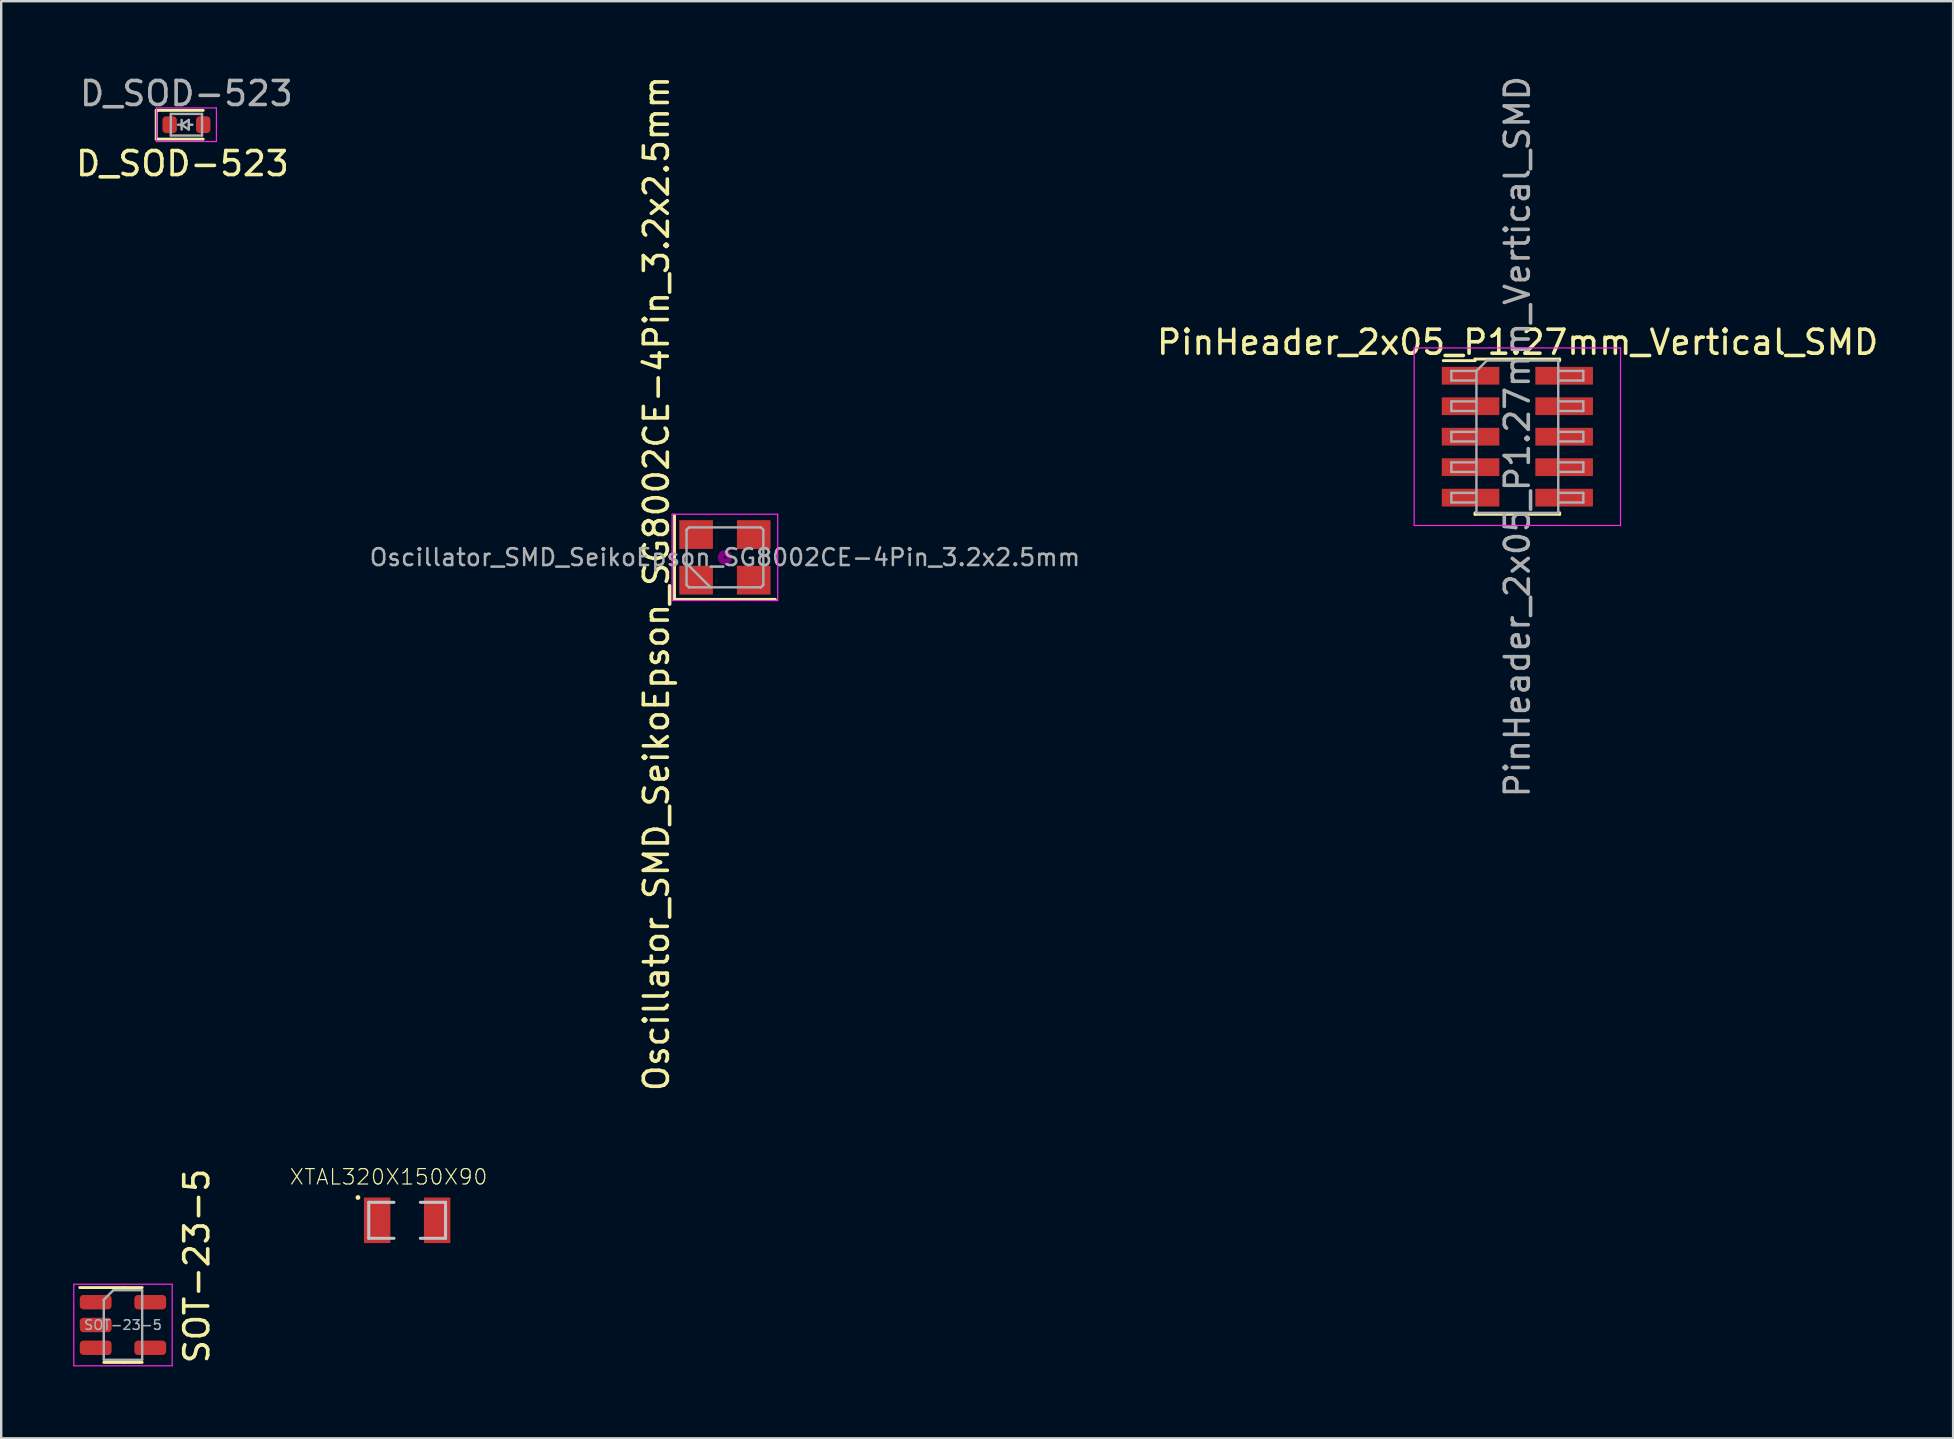
<source format=kicad_pcb>
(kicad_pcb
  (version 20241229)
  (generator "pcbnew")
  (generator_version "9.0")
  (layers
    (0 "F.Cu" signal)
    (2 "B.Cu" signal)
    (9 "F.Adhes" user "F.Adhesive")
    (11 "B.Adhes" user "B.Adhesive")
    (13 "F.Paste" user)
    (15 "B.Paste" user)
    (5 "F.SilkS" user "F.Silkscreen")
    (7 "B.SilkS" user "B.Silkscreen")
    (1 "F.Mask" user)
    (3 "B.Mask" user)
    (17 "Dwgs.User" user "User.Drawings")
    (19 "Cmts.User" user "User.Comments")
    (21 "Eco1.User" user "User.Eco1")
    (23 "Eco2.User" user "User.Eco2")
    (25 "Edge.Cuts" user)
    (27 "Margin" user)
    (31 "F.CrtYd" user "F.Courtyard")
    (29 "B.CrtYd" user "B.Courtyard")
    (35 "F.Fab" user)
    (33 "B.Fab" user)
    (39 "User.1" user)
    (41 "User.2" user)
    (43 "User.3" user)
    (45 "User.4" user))
  (footprint "PinHeader_2x05_P1.27mm_Vertical_SMD"
    (layer "F.Cu")
    (at 60.185 15.149)
    (property "Reference" "PinHeader_2x05_P1.27mm_Vertical_SMD" (at 0.012 -3.935 0) (layer "F.SilkS") (effects (font (size 1 1) (thickness 0.15))))
    (attr smd)
    (fp_line (start -3.09 -3.17) (end -1.765 -3.17) (stroke (width 0.12) (type solid)) (layer "F.SilkS"))
    (fp_line (start -1.765 -3.235) (end -1.765 -3.17) (stroke (width 0.12) (type solid)) (layer "F.SilkS"))
    (fp_line (start -1.765 -3.235) (end 1.765 -3.235) (stroke (width 0.12) (type solid)) (layer "F.SilkS"))
    (fp_line (start -1.765 3.17) (end -1.765 3.235) (stroke (width 0.12) (type solid)) (layer "F.SilkS"))
    (fp_line (start -1.765 3.235) (end 1.765 3.235) (stroke (width 0.12) (type solid)) (layer "F.SilkS"))
    (fp_line (start 1.765 -3.235) (end 1.765 -3.17) (stroke (width 0.12) (type solid)) (layer "F.SilkS"))
    (fp_line (start 1.765 3.17) (end 1.765 3.235) (stroke (width 0.12) (type solid)) (layer "F.SilkS"))
    (fp_line (start -4.3 -3.7) (end -4.3 3.7) (stroke (width 0.05) (type solid)) (layer "F.CrtYd"))
    (fp_line (start -4.3 3.7) (end 4.3 3.7) (stroke (width 0.05) (type solid)) (layer "F.CrtYd"))
    (fp_line (start 4.3 -3.7) (end -4.3 -3.7) (stroke (width 0.05) (type solid)) (layer "F.CrtYd"))
    (fp_line (start 4.3 3.7) (end 4.3 -3.7) (stroke (width 0.05) (type solid)) (layer "F.CrtYd"))
    (fp_line (start -2.75 -2.74) (end -2.75 -2.34) (stroke (width 0.1) (type solid)) (layer "F.Fab"))
    (fp_line (start -2.75 -2.34) (end -1.705 -2.34) (stroke (width 0.1) (type solid)) (layer "F.Fab"))
    (fp_line (start -2.75 -1.47) (end -2.75 -1.07) (stroke (width 0.1) (type solid)) (layer "F.Fab"))
    (fp_line (start -2.75 -1.07) (end -1.705 -1.07) (stroke (width 0.1) (type solid)) (layer "F.Fab"))
    (fp_line (start -2.75 -0.2) (end -2.75 0.2) (stroke (width 0.1) (type solid)) (layer "F.Fab"))
    (fp_line (start -2.75 0.2) (end -1.705 0.2) (stroke (width 0.1) (type solid)) (layer "F.Fab"))
    (fp_line (start -2.75 1.07) (end -2.75 1.47) (stroke (width 0.1) (type solid)) (layer "F.Fab"))
    (fp_line (start -2.75 1.47) (end -1.705 1.47) (stroke (width 0.1) (type solid)) (layer "F.Fab"))
    (fp_line (start -2.75 2.34) (end -2.75 2.74) (stroke (width 0.1) (type solid)) (layer "F.Fab"))
    (fp_line (start -2.75 2.74) (end -1.705 2.74) (stroke (width 0.1) (type solid)) (layer "F.Fab"))
    (fp_line (start -1.705 -2.74) (end -2.75 -2.74) (stroke (width 0.1) (type solid)) (layer "F.Fab"))
    (fp_line (start -1.705 -2.74) (end -1.27 -3.175) (stroke (width 0.1) (type solid)) (layer "F.Fab"))
    (fp_line (start -1.705 -1.47) (end -2.75 -1.47) (stroke (width 0.1) (type solid)) (layer "F.Fab"))
    (fp_line (start -1.705 -0.2) (end -2.75 -0.2) (stroke (width 0.1) (type solid)) (layer "F.Fab"))
    (fp_line (start -1.705 1.07) (end -2.75 1.07) (stroke (width 0.1) (type solid)) (layer "F.Fab"))
    (fp_line (start -1.705 2.34) (end -2.75 2.34) (stroke (width 0.1) (type solid)) (layer "F.Fab"))
    (fp_line (start -1.705 3.175) (end -1.705 -2.74) (stroke (width 0.1) (type solid)) (layer "F.Fab"))
    (fp_line (start -1.27 -3.175) (end 1.705 -3.175) (stroke (width 0.1) (type solid)) (layer "F.Fab"))
    (fp_line (start 1.705 -3.175) (end 1.705 3.175) (stroke (width 0.1) (type solid)) (layer "F.Fab"))
    (fp_line (start 1.705 -2.74) (end 2.75 -2.74) (stroke (width 0.1) (type solid)) (layer "F.Fab"))
    (fp_line (start 1.705 -1.47) (end 2.75 -1.47) (stroke (width 0.1) (type solid)) (layer "F.Fab"))
    (fp_line (start 1.705 -0.2) (end 2.75 -0.2) (stroke (width 0.1) (type solid)) (layer "F.Fab"))
    (fp_line (start 1.705 1.07) (end 2.75 1.07) (stroke (width 0.1) (type solid)) (layer "F.Fab"))
    (fp_line (start 1.705 2.34) (end 2.75 2.34) (stroke (width 0.1) (type solid)) (layer "F.Fab"))
    (fp_line (start 1.705 3.175) (end -1.705 3.175) (stroke (width 0.1) (type solid)) (layer "F.Fab"))
    (fp_line (start 2.75 -2.74) (end 2.75 -2.34) (stroke (width 0.1) (type solid)) (layer "F.Fab"))
    (fp_line (start 2.75 -2.34) (end 1.705 -2.34) (stroke (width 0.1) (type solid)) (layer "F.Fab"))
    (fp_line (start 2.75 -1.47) (end 2.75 -1.07) (stroke (width 0.1) (type solid)) (layer "F.Fab"))
    (fp_line (start 2.75 -1.07) (end 1.705 -1.07) (stroke (width 0.1) (type solid)) (layer "F.Fab"))
    (fp_line (start 2.75 -0.2) (end 2.75 0.2) (stroke (width 0.1) (type solid)) (layer "F.Fab"))
    (fp_line (start 2.75 0.2) (end 1.705 0.2) (stroke (width 0.1) (type solid)) (layer "F.Fab"))
    (fp_line (start 2.75 1.07) (end 2.75 1.47) (stroke (width 0.1) (type solid)) (layer "F.Fab"))
    (fp_line (start 2.75 1.47) (end 1.705 1.47) (stroke (width 0.1) (type solid)) (layer "F.Fab"))
    (fp_line (start 2.75 2.34) (end 2.75 2.74) (stroke (width 0.1) (type solid)) (layer "F.Fab"))
    (fp_line (start 2.75 2.74) (end 1.705 2.74) (stroke (width 0.1) (type solid)) (layer "F.Fab"))
    (fp_text user "${REFERENCE}" (at 0 0 90) (layer "F.Fab") (effects (font (size 1 1) (thickness 0.15))))
    (pad "1" smd rect (at -1.95 -2.54) (size 2.4 0.74) (layers "F.Cu" "F.Mask" "F.Paste"))
    (pad "2" smd rect (at 1.95 -2.54) (size 2.4 0.74) (layers "F.Cu" "F.Mask" "F.Paste"))
    (pad "3" smd rect (at -1.95 -1.27) (size 2.4 0.74) (layers "F.Cu" "F.Mask" "F.Paste"))
    (pad "4" smd rect (at 1.95 -1.27) (size 2.4 0.74) (layers "F.Cu" "F.Mask" "F.Paste"))
    (pad "5" smd rect (at -1.95 0) (size 2.4 0.74) (layers "F.Cu" "F.Mask" "F.Paste"))
    (pad "6" smd rect (at 1.95 0) (size 2.4 0.74) (layers "F.Cu" "F.Mask" "F.Paste"))
    (pad "7" smd rect (at -1.95 1.27) (size 2.4 0.74) (layers "F.Cu" "F.Mask" "F.Paste"))
    (pad "8" smd rect (at 1.95 1.27) (size 2.4 0.74) (layers "F.Cu" "F.Mask" "F.Paste"))
    (pad "9" smd rect (at -1.95 2.54) (size 2.4 0.74) (layers "F.Cu" "F.Mask" "F.Paste"))
    (pad "10" smd rect (at 1.95 2.54) (size 2.4 0.74) (layers "F.Cu" "F.Mask" "F.Paste")))
  (footprint "D_SOD-523"
    (layer "F.Cu")
    (at 4.719 2.148)
    (property "Reference" "D_SOD-523" (at -0.166 1.62 0) (layer "F.SilkS") (effects (font (size 1 1) (thickness 0.15))))
    (attr smd)
    (fp_line (start -1.26 -0.6) (end -1.26 0.6) (stroke (width 0.12) (type solid)) (layer "F.SilkS"))
    (fp_line (start 0.7 -0.6) (end -1.26 -0.6) (stroke (width 0.12) (type solid)) (layer "F.SilkS"))
    (fp_line (start 0.7 0.6) (end -1.26 0.6) (stroke (width 0.12) (type solid)) (layer "F.SilkS"))
    (fp_line (start -1.25 -0.7) (end 1.25 -0.7) (stroke (width 0.05) (type solid)) (layer "F.CrtYd"))
    (fp_line (start -1.25 0.7) (end -1.25 -0.7) (stroke (width 0.05) (type solid)) (layer "F.CrtYd"))
    (fp_line (start 1.25 -0.7) (end 1.25 0.7) (stroke (width 0.05) (type solid)) (layer "F.CrtYd"))
    (fp_line (start 1.25 0.7) (end -1.25 0.7) (stroke (width 0.05) (type solid)) (layer "F.CrtYd"))
    (fp_line (start -0.65 -0.45) (end 0.65 -0.45) (stroke (width 0.1) (type solid)) (layer "F.Fab"))
    (fp_line (start -0.65 0.45) (end -0.65 -0.45) (stroke (width 0.1) (type solid)) (layer "F.Fab"))
    (fp_line (start -0.2 0) (end -0.35 0) (stroke (width 0.1) (type solid)) (layer "F.Fab"))
    (fp_line (start -0.2 0) (end 0.1 0.2) (stroke (width 0.1) (type solid)) (layer "F.Fab"))
    (fp_line (start -0.2 0.2) (end -0.2 -0.2) (stroke (width 0.1) (type solid)) (layer "F.Fab"))
    (fp_line (start 0.1 -0.2) (end -0.2 0) (stroke (width 0.1) (type solid)) (layer "F.Fab"))
    (fp_line (start 0.1 0) (end 0.25 0) (stroke (width 0.1) (type solid)) (layer "F.Fab"))
    (fp_line (start 0.1 0.2) (end 0.1 -0.2) (stroke (width 0.1) (type solid)) (layer "F.Fab"))
    (fp_line (start 0.65 -0.45) (end 0.65 0.45) (stroke (width 0.1) (type solid)) (layer "F.Fab"))
    (fp_line (start 0.65 0.45) (end -0.65 0.45) (stroke (width 0.1) (type solid)) (layer "F.Fab"))
    (fp_text user "${REFERENCE}" (at 0 -1.3 0) (layer "F.Fab") (effects (font (size 1 1) (thickness 0.15))))
    (pad "1" smd roundrect (at -0.7 0 180) (size 0.6 0.7) (layers "F.Cu" "F.Mask" "F.Paste") (roundrect_rratio 0.25))
    (pad "2" smd roundrect (at 0.7 0 180) (size 0.6 0.7) (layers "F.Cu" "F.Mask" "F.Paste") (roundrect_rratio 0.25)))
  (footprint "SOT-23-5"
    (layer "F.Cu")
    (at 2.075 52.168)
    (property "Reference" "SOT-23-5" (at 3.076 -2.459 90) (layer "F.SilkS") (effects (font (size 1 1) (thickness 0.15))))
    (attr smd)
    (fp_line (start 0 -1.56) (end -1.8 -1.56) (stroke (width 0.12) (type solid)) (layer "F.SilkS"))
    (fp_line (start 0 -1.56) (end 0.8 -1.56) (stroke (width 0.12) (type solid)) (layer "F.SilkS"))
    (fp_line (start 0 1.56) (end -0.8 1.56) (stroke (width 0.12) (type solid)) (layer "F.SilkS"))
    (fp_line (start 0 1.56) (end 0.8 1.56) (stroke (width 0.12) (type solid)) (layer "F.SilkS"))
    (fp_line (start -2.05 -1.7) (end -2.05 1.7) (stroke (width 0.05) (type solid)) (layer "F.CrtYd"))
    (fp_line (start -2.05 1.7) (end 2.05 1.7) (stroke (width 0.05) (type solid)) (layer "F.CrtYd"))
    (fp_line (start 2.05 -1.7) (end -2.05 -1.7) (stroke (width 0.05) (type solid)) (layer "F.CrtYd"))
    (fp_line (start 2.05 1.7) (end 2.05 -1.7) (stroke (width 0.05) (type solid)) (layer "F.CrtYd"))
    (fp_line (start -0.8 -1.05) (end -0.4 -1.45) (stroke (width 0.1) (type solid)) (layer "F.Fab"))
    (fp_line (start -0.8 1.45) (end -0.8 -1.05) (stroke (width 0.1) (type solid)) (layer "F.Fab"))
    (fp_line (start -0.4 -1.45) (end 0.8 -1.45) (stroke (width 0.1) (type solid)) (layer "F.Fab"))
    (fp_line (start 0.8 -1.45) (end 0.8 1.45) (stroke (width 0.1) (type solid)) (layer "F.Fab"))
    (fp_line (start 0.8 1.45) (end -0.8 1.45) (stroke (width 0.1) (type solid)) (layer "F.Fab"))
    (fp_text user "${REFERENCE}" (at 0 0 180) (layer "F.Fab") (effects (font (size 0.4 0.4) (thickness 0.06))))
    (pad "1" smd roundrect (at -1.137 -0.95) (size 1.325 0.6) (layers "F.Cu" "F.Mask" "F.Paste") (roundrect_rratio 0.25))
    (pad "2" smd roundrect (at -1.137 0) (size 1.325 0.6) (layers "F.Cu" "F.Mask" "F.Paste") (roundrect_rratio 0.25))
    (pad "3" smd roundrect (at -1.137 0.95) (size 1.325 0.6) (layers "F.Cu" "F.Mask" "F.Paste") (roundrect_rratio 0.25))
    (pad "4" smd roundrect (at 1.137 0.95) (size 1.325 0.6) (layers "F.Cu" "F.Mask" "F.Paste") (roundrect_rratio 0.25))
    (pad "5" smd roundrect (at 1.137 -0.95) (size 1.325 0.6) (layers "F.Cu" "F.Mask" "F.Paste") (roundrect_rratio 0.25)))
  (footprint "Oscillator_SMD_SeikoEpson_SG8002CE-4Pin_3.2x2.5mm"
    (layer "F.Cu")
    (at 27.161 20.178)
    (property "Reference" "Oscillator_SMD_SeikoEpson_SG8002CE-4Pin_3.2x2.5mm" (at -2.855 1.09 270) (layer "F.SilkS") (effects (font (size 1 1) (thickness 0.15))))
    (attr smd)
    (fp_line (start -2.1 -1.75) (end -2.1 1.75) (stroke (width 0.12) (type solid)) (layer "F.SilkS"))
    (fp_line (start -2.1 1.75) (end 2.1 1.75) (stroke (width 0.12) (type solid)) (layer "F.SilkS"))
    (fp_circle (center 0 0) (end 0.058 0) (stroke (width 0.117) (type solid)) (fill no) (layer "F.Adhes"))
    (fp_circle (center 0 0) (end 0.133 0) (stroke (width 0.083) (type solid)) (fill no) (layer "F.Adhes"))
    (fp_circle (center 0 0) (end 0.208 0) (stroke (width 0.083) (type solid)) (fill no) (layer "F.Adhes"))
    (fp_circle (center 0 0) (end 0.25 0) (stroke (width 0.1) (type solid)) (fill no) (layer "F.Adhes"))
    (fp_line (start -2.2 -1.8) (end -2.2 1.8) (stroke (width 0.05) (type solid)) (layer "F.CrtYd"))
    (fp_line (start -2.2 1.8) (end 2.2 1.8) (stroke (width 0.05) (type solid)) (layer "F.CrtYd"))
    (fp_line (start 2.2 -1.8) (end -2.2 -1.8) (stroke (width 0.05) (type solid)) (layer "F.CrtYd"))
    (fp_line (start 2.2 1.8) (end 2.2 -1.8) (stroke (width 0.05) (type solid)) (layer "F.CrtYd"))
    (fp_line (start -1.6 -1.15) (end -1.5 -1.25) (stroke (width 0.1) (type solid)) (layer "F.Fab"))
    (fp_line (start -1.6 0.25) (end -0.6 1.25) (stroke (width 0.1) (type solid)) (layer "F.Fab"))
    (fp_line (start -1.6 1.15) (end -1.6 -1.15) (stroke (width 0.1) (type solid)) (layer "F.Fab"))
    (fp_line (start -1.5 -1.25) (end 1.5 -1.25) (stroke (width 0.1) (type solid)) (layer "F.Fab"))
    (fp_line (start -1.5 1.25) (end -1.6 1.15) (stroke (width 0.1) (type solid)) (layer "F.Fab"))
    (fp_line (start 1.5 -1.25) (end 1.6 -1.15) (stroke (width 0.1) (type solid)) (layer "F.Fab"))
    (fp_line (start 1.5 1.25) (end -1.5 1.25) (stroke (width 0.1) (type solid)) (layer "F.Fab"))
    (fp_line (start 1.6 -1.15) (end 1.6 1.15) (stroke (width 0.1) (type solid)) (layer "F.Fab"))
    (fp_line (start 1.6 1.15) (end 1.5 1.25) (stroke (width 0.1) (type solid)) (layer "F.Fab"))
    (fp_text user "${REFERENCE}" (at 0 0 180) (layer "F.Fab") (effects (font (size 0.7 0.7) (thickness 0.105))))
    (pad "1" smd rect (at -1.2 0.95) (size 1.4 1.2) (layers "F.Cu" "F.Mask" "F.Paste"))
    (pad "2" smd rect (at 1.2 0.95) (size 1.4 1.2) (layers "F.Cu" "F.Mask" "F.Paste"))
    (pad "3" smd rect (at 1.2 -0.95) (size 1.4 1.2) (layers "F.Cu" "F.Mask" "F.Paste"))
    (pad "4" smd rect (at -1.2 -0.95) (size 1.4 1.2) (layers "F.Cu" "F.Mask" "F.Paste")))
  (footprint "XTAL320X150X90"
    (layer "F.Cu")
    (at 13.917 47.806)
    (property "Reference" "XTAL320X150X90" (at -0.775 -1.808 0) (layer "F.SilkS") (effects (font (size 0.64 0.64) (thickness 0.05))))
    (attr smd)
    (fp_circle (center -2.05 -0.95) (end -1.95 -0.95) (stroke (width 0) (type solid)) (fill yes) (layer "F.SilkS"))
    (fp_line (start -1.6 -0.75) (end -0.55 -0.75) (stroke (width 0.127) (type solid)) (layer "Dwgs.User"))
    (fp_line (start -1.6 0.75) (end -1.6 -0.75) (stroke (width 0.127) (type solid)) (layer "Dwgs.User"))
    (fp_line (start -0.55 0.75) (end -1.6 0.75) (stroke (width 0.127) (type solid)) (layer "Dwgs.User"))
    (fp_line (start 0.55 -0.75) (end 1.6 -0.75) (stroke (width 0.127) (type solid)) (layer "Dwgs.User"))
    (fp_line (start 1.6 -0.75) (end 1.6 0.75) (stroke (width 0.127) (type solid)) (layer "Dwgs.User"))
    (fp_line (start 1.6 0.75) (end 0.55 0.75) (stroke (width 0.127) (type solid)) (layer "Dwgs.User"))
    (fp_line (start -2.25 -1.25) (end -2.25 1.25) (stroke (width 0.127) (type solid)) (layer "Eco1.User"))
    (fp_line (start -2.25 1.25) (end 2.25 1.25) (stroke (width 0.127) (type solid)) (layer "Eco1.User"))
    (fp_line (start 2.25 -1.25) (end -2.25 -1.25) (stroke (width 0.127) (type solid)) (layer "Eco1.User"))
    (fp_line (start 2.25 1.25) (end 2.25 -1.25) (stroke (width 0.127) (type solid)) (layer "Eco1.User"))
    (pad "1" smd rect (at -1.25 0) (size 1.1 1.9) (layers "F.Cu" "F.Mask" "F.Paste"))
    (pad "2" smd rect (at 1.25 0) (size 1.1 1.9) (layers "F.Cu" "F.Mask" "F.Paste")))
  (gr_rect
    (start -3 -3)
    (end 78.346 56.893)
    (stroke (width 0.1) (type default))
    (fill no)
    (layer "Edge.Cuts")))
</source>
